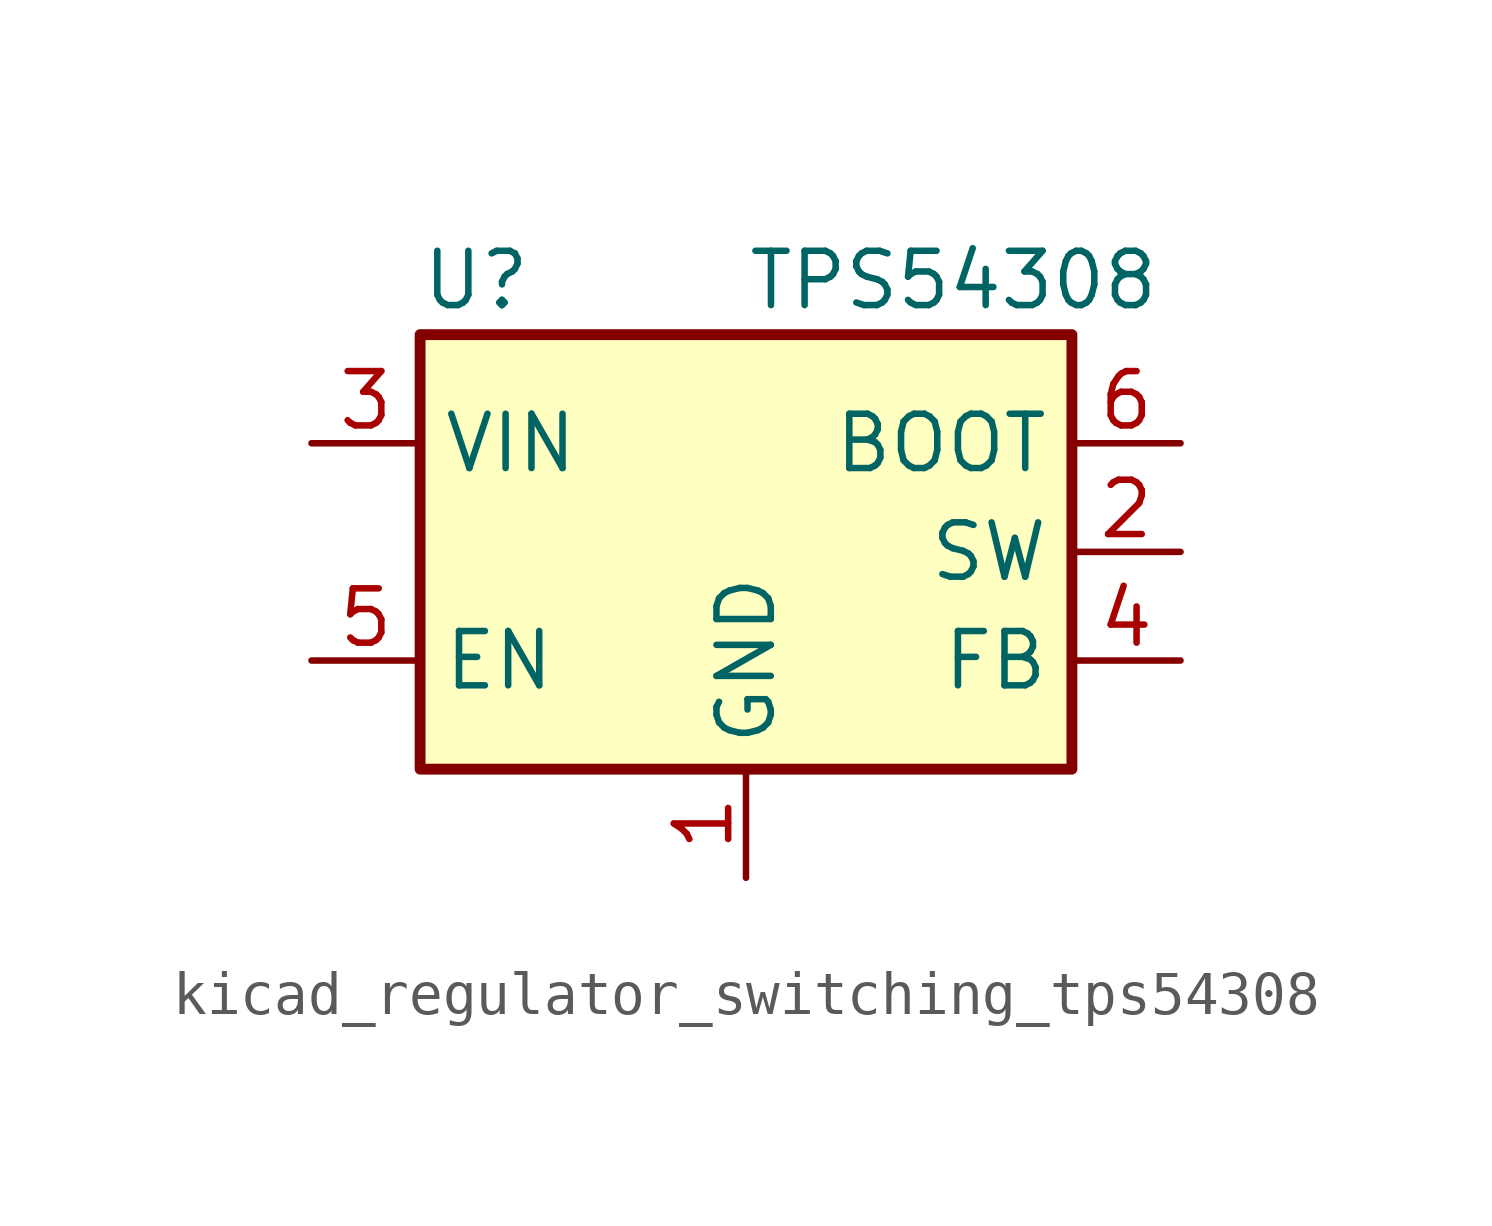
<source format=kicad_sym>
(kicad_symbol_lib
  (version 20220914)
  (generator kicad_symbol_editor)
  (symbol "kicad_regulator_switching_tps54308"
    (property "Reference" "U"
      (at -7.62 6.35 0)
      (effects (font (size 1.27 1.27)) (justify left)))
    (property "Value" "TPS54308"
      (at 0 6.35 0)
      (effects (font (size 1.27 1.27)) (justify left)))
    (symbol "kicad_regulator_switching_tps54308_0_1"
      (rectangle (start -7.62 5.08) (end 7.62 -5.08) (stroke (width 0.254) (type default)) (fill (type background))))
    (symbol "kicad_regulator_switching_tps54308_1_1"
      (pin power_in line (at 0 -7.62 90) (length 2.54) (name "GND" (effects (font (size 1.27 1.27)))) (number "1" (effects (font (size 1.27 1.27)))))
      (pin power_out line (at 10.16 0 180) (length 2.54) (name "SW" (effects (font (size 1.27 1.27)))) (number "2" (effects (font (size 1.27 1.27)))))
      (pin power_in line (at -10.16 2.54 0) (length 2.54) (name "VIN" (effects (font (size 1.27 1.27)))) (number "3" (effects (font (size 1.27 1.27)))))
      (pin input line (at 10.16 -2.54 180) (length 2.54) (name "FB" (effects (font (size 1.27 1.27)))) (number "4" (effects (font (size 1.27 1.27)))))
      (pin input line (at -10.16 -2.54 0) (length 2.54) (name "EN" (effects (font (size 1.27 1.27)))) (number "5" (effects (font (size 1.27 1.27)))))
      (pin passive line (at 10.16 2.54 180) (length 2.54) (name "BOOT" (effects (font (size 1.27 1.27)))) (number "6" (effects (font (size 1.27 1.27))))))))
</source>
